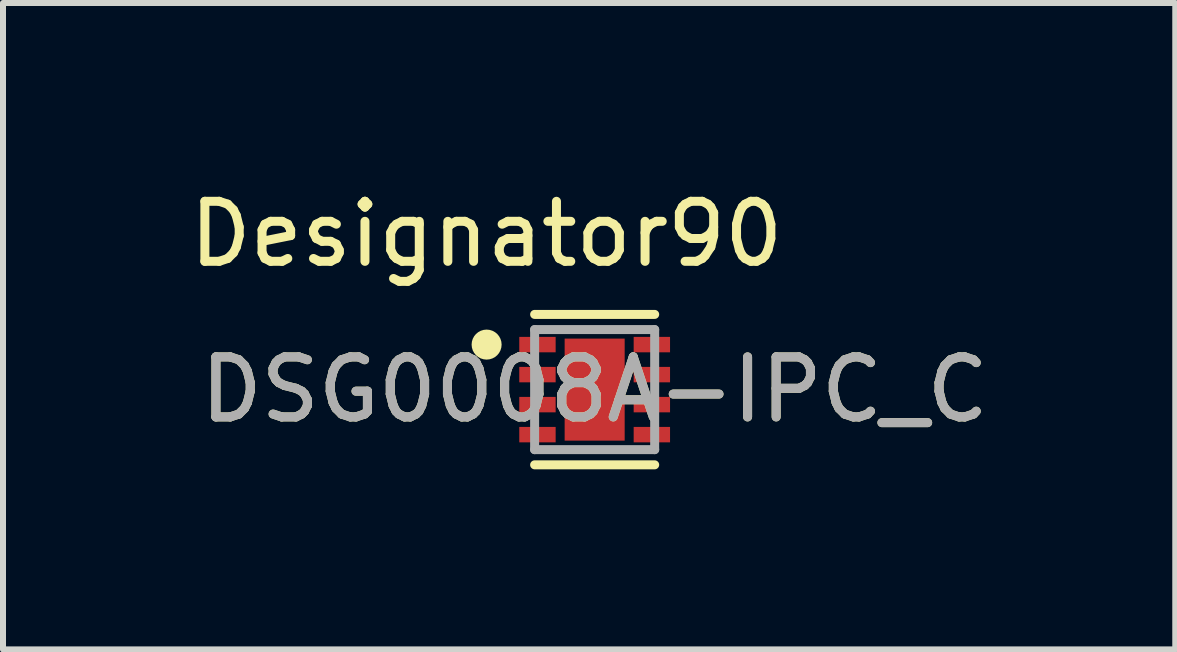
<source format=kicad_pcb>
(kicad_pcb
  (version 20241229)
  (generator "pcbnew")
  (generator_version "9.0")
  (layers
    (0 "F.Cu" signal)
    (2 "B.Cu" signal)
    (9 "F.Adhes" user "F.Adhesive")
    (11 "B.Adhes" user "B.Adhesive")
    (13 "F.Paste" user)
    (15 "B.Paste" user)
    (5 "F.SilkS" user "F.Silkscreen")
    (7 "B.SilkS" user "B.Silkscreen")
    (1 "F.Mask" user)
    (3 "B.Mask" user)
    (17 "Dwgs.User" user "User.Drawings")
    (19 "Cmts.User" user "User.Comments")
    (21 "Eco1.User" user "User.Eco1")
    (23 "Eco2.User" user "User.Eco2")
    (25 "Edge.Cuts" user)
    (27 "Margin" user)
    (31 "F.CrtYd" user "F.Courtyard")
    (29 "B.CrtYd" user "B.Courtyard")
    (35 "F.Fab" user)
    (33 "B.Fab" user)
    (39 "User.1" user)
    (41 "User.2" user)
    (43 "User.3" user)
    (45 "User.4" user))
  (footprint "DSG0008A-IPC_C"
    (layer "F.Cu")
    (at 6.857 3.441)
    (property "Reference" "DSG0008A-IPC_C" (at 0 0 0) (unlocked yes) (layer "F.SilkS") (effects (font (size 1 1) (thickness 0.15))))
    (attr smd)
    (fp_line (start -1 -1.253) (end 1 -1.253) (stroke (width 0.15) (type solid)) (layer "F.SilkS"))
    (fp_line (start -1 1.253) (end 1 1.253) (stroke (width 0.15) (type solid)) (layer "F.SilkS"))
    (fp_circle (center -1.8 -0.75) (end -1.675 -0.75) (stroke (width 0.25) (type solid)) (fill no) (layer "F.SilkS"))
    (fp_poly (pts (xy -0.273 0.623) (xy 0.273 0.623) (xy 0.273 -0.623) (xy -0.273 -0.623)) (stroke (width 0) (type solid)) (fill yes) (layer "F.Paste"))
    (fp_line (start -1 -1) (end 1 -1) (stroke (width 0.15) (type solid)) (layer "F.Fab"))
    (fp_line (start -1 1) (end -1 -1) (stroke (width 0.15) (type solid)) (layer "F.Fab"))
    (fp_line (start -1 1) (end 1 1) (stroke (width 0.15) (type solid)) (layer "F.Fab"))
    (fp_line (start 1 1) (end 1 -1) (stroke (width 0.15) (type solid)) (layer "F.Fab"))
    (fp_text user "Designator90" (at -1.803 -2.592 0) (unlocked yes) (layer "F.SilkS") (effects (font (size 1 1) (thickness 0.15))))
    (fp_text user "${REFERENCE}" (at 0 0 0) (unlocked yes) (layer "F.Fab") (effects (font (size 1 1) (thickness 0.15))))
    (pad "1" smd rect (at -0.953 -0.75) (size 0.606 0.257) (layers "F.Cu" "F.Mask" "F.Paste"))
    (pad "2" smd rect (at -0.953 -0.25) (size 0.606 0.257) (layers "F.Cu" "F.Mask" "F.Paste"))
    (pad "3" smd rect (at -0.953 0.25) (size 0.606 0.257) (layers "F.Cu" "F.Mask" "F.Paste"))
    (pad "4" smd rect (at -0.953 0.75) (size 0.606 0.257) (layers "F.Cu" "F.Mask" "F.Paste"))
    (pad "5" smd rect (at 0.953 0.75) (size 0.606 0.257) (layers "F.Cu" "F.Mask" "F.Paste"))
    (pad "6" smd rect (at 0.953 0.25) (size 0.606 0.257) (layers "F.Cu" "F.Mask" "F.Paste"))
    (pad "7" smd rect (at 0.953 -0.25) (size 0.606 0.257) (layers "F.Cu" "F.Mask" "F.Paste"))
    (pad "8" smd rect (at 0.953 -0.75) (size 0.606 0.257) (layers "F.Cu" "F.Mask" "F.Paste"))
    (pad "9" smd rect (at 0 0) (size 1 1.7) (layers "F.Cu" "F.Mask")))
  (gr_rect
    (start -3 -3)
    (end 16.53 7.769)
    (stroke (width 0.1) (type default))
    (fill no)
    (layer "Edge.Cuts")))
</source>
